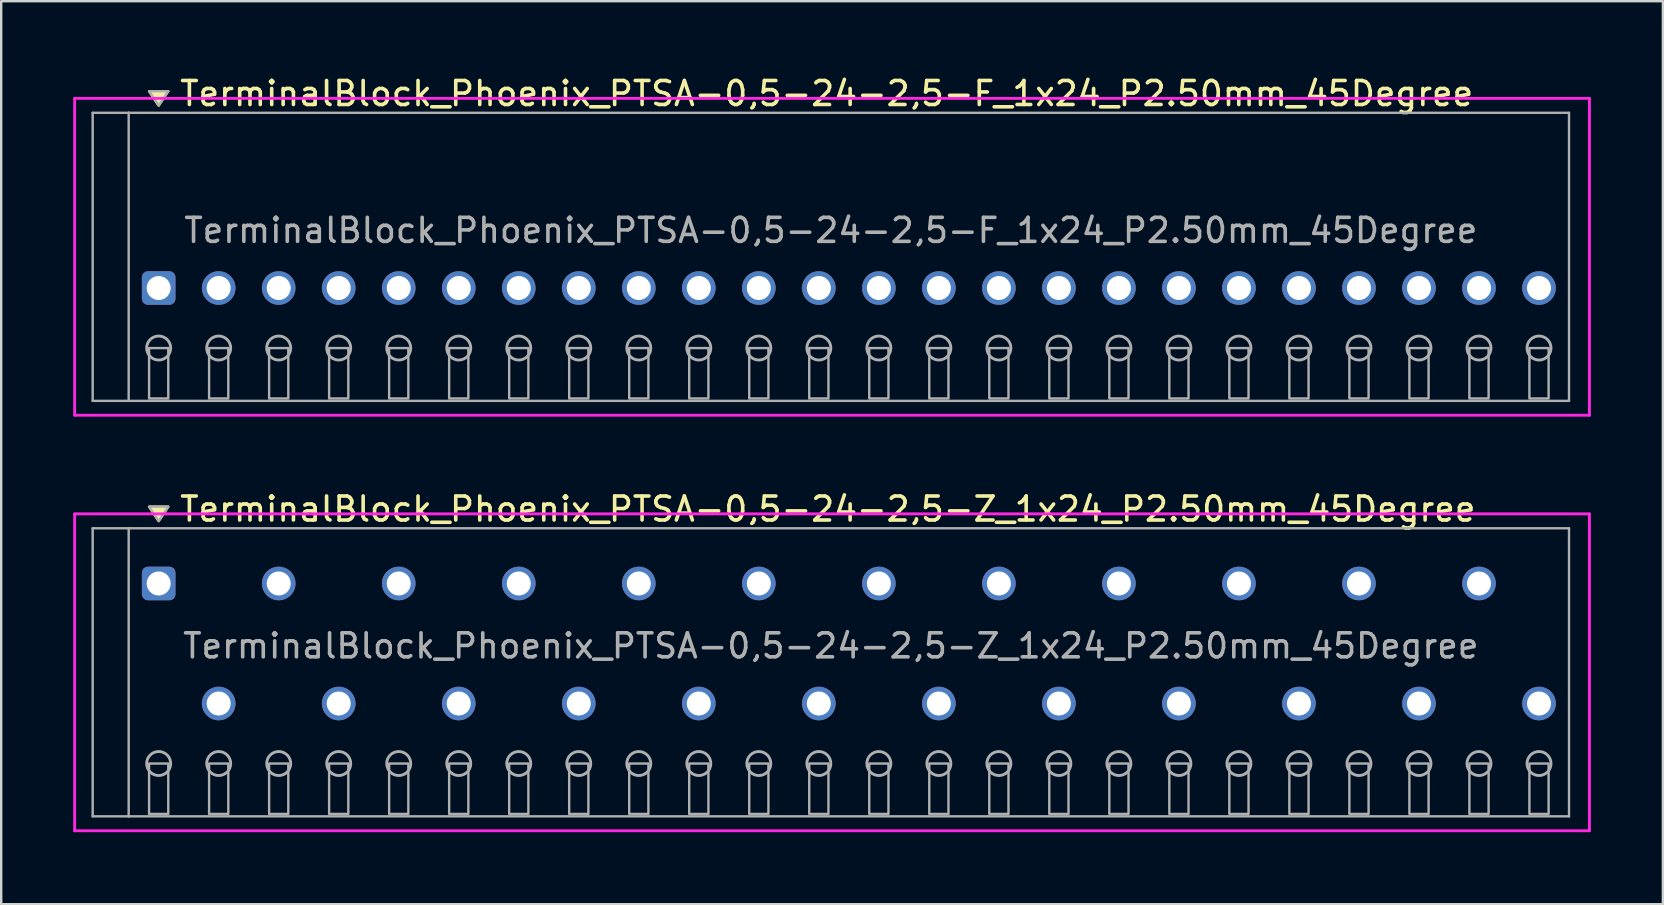
<source format=kicad_pcb>
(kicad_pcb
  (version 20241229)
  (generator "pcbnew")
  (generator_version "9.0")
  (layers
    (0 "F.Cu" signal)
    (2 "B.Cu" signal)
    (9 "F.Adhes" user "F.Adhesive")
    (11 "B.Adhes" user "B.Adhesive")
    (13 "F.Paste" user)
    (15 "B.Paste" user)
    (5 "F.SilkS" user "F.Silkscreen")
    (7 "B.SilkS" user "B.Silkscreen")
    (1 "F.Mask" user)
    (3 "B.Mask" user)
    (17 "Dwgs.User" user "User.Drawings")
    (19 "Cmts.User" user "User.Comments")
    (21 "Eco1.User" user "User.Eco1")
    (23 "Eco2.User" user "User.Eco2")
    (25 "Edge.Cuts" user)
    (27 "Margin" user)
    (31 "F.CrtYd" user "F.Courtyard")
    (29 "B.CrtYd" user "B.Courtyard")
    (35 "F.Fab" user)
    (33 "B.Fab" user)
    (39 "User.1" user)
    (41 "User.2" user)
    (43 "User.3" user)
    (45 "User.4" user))
  (footprint "TerminalBlock_Phoenix_PTSA-0,5-24-2,5-F_1x24_P2.50mm_45Degree"
    (layer "F.Cu")
    (at 3.56 8.948)
    (property "Reference" "TerminalBlock_Phoenix_PTSA-0,5-24-2,5-F_1x24_P2.50mm_45Degree" (at 0.8 -8.1 0) (layer "F.SilkS") (effects (font (size 1 1) (thickness 0.15)) (justify left)))
    (attr through_hole)
    (fp_poly (pts (xy 0 -7.6) (xy -0.4 -8.2) (xy 0.4 -8.2)) (stroke (width 0.1) (type solid)) (fill yes) (layer "F.SilkS"))
    (fp_line (start -3.5 -7.9) (end 59.6 -7.9) (stroke (width 0.12) (type solid)) (layer "F.CrtYd"))
    (fp_line (start -3.5 5.3) (end -3.5 -7.9) (stroke (width 0.12) (type solid)) (layer "F.CrtYd"))
    (fp_line (start 59.6 -7.9) (end 59.6 5.3) (stroke (width 0.12) (type solid)) (layer "F.CrtYd"))
    (fp_line (start 59.6 5.3) (end -3.5 5.3) (stroke (width 0.12) (type solid)) (layer "F.CrtYd"))
    (fp_line (start -2.75 -7.3) (end -1.25 -7.3) (stroke (width 0.1) (type solid)) (layer "F.Fab"))
    (fp_line (start -2.75 4.7) (end -2.75 -7.3) (stroke (width 0.1) (type solid)) (layer "F.Fab"))
    (fp_line (start -1.25 -7.3) (end -1.25 4.7) (stroke (width 0.1) (type solid)) (layer "F.Fab"))
    (fp_line (start -1.25 4.7) (end -2.75 4.7) (stroke (width 0.1) (type solid)) (layer "F.Fab"))
    (fp_line (start -1.25 4.7) (end 58.75 4.7) (stroke (width 0.1) (type solid)) (layer "F.Fab"))
    (fp_line (start 58.75 -7.3) (end -1.25 -7.3) (stroke (width 0.1) (type solid)) (layer "F.Fab"))
    (fp_line (start 58.75 4.7) (end 58.75 -7.3) (stroke (width 0.1) (type solid)) (layer "F.Fab"))
    (fp_circle (center 0 2.5) (end -0.5 2.5) (stroke (width 0.12) (type solid)) (fill no) (layer "F.Fab"))
    (fp_circle (center 2.5 2.5) (end 2 2.5) (stroke (width 0.12) (type solid)) (fill no) (layer "F.Fab"))
    (fp_circle (center 5 2.5) (end 4.5 2.5) (stroke (width 0.12) (type solid)) (fill no) (layer "F.Fab"))
    (fp_circle (center 7.5 2.5) (end 7 2.5) (stroke (width 0.12) (type solid)) (fill no) (layer "F.Fab"))
    (fp_circle (center 10 2.5) (end 9.5 2.5) (stroke (width 0.12) (type solid)) (fill no) (layer "F.Fab"))
    (fp_circle (center 12.5 2.5) (end 12 2.5) (stroke (width 0.12) (type solid)) (fill no) (layer "F.Fab"))
    (fp_circle (center 15 2.5) (end 14.5 2.5) (stroke (width 0.12) (type solid)) (fill no) (layer "F.Fab"))
    (fp_circle (center 17.5 2.5) (end 17 2.5) (stroke (width 0.12) (type solid)) (fill no) (layer "F.Fab"))
    (fp_circle (center 20 2.5) (end 19.5 2.5) (stroke (width 0.12) (type solid)) (fill no) (layer "F.Fab"))
    (fp_circle (center 22.5 2.5) (end 22 2.5) (stroke (width 0.12) (type solid)) (fill no) (layer "F.Fab"))
    (fp_circle (center 25 2.5) (end 24.5 2.5) (stroke (width 0.12) (type solid)) (fill no) (layer "F.Fab"))
    (fp_circle (center 27.5 2.5) (end 27 2.5) (stroke (width 0.12) (type solid)) (fill no) (layer "F.Fab"))
    (fp_circle (center 30 2.5) (end 29.5 2.5) (stroke (width 0.12) (type solid)) (fill no) (layer "F.Fab"))
    (fp_circle (center 32.5 2.5) (end 32 2.5) (stroke (width 0.12) (type solid)) (fill no) (layer "F.Fab"))
    (fp_circle (center 35 2.5) (end 34.5 2.5) (stroke (width 0.12) (type solid)) (fill no) (layer "F.Fab"))
    (fp_circle (center 37.5 2.5) (end 37 2.5) (stroke (width 0.12) (type solid)) (fill no) (layer "F.Fab"))
    (fp_circle (center 40 2.5) (end 39.5 2.5) (stroke (width 0.12) (type solid)) (fill no) (layer "F.Fab"))
    (fp_circle (center 42.5 2.5) (end 42 2.5) (stroke (width 0.12) (type solid)) (fill no) (layer "F.Fab"))
    (fp_circle (center 45 2.5) (end 44.5 2.5) (stroke (width 0.12) (type solid)) (fill no) (layer "F.Fab"))
    (fp_circle (center 47.5 2.5) (end 47 2.5) (stroke (width 0.12) (type solid)) (fill no) (layer "F.Fab"))
    (fp_circle (center 50 2.5) (end 49.5 2.5) (stroke (width 0.12) (type solid)) (fill no) (layer "F.Fab"))
    (fp_circle (center 52.5 2.5) (end 52 2.5) (stroke (width 0.12) (type solid)) (fill no) (layer "F.Fab"))
    (fp_circle (center 55 2.5) (end 54.5 2.5) (stroke (width 0.12) (type solid)) (fill no) (layer "F.Fab"))
    (fp_circle (center 57.5 2.5) (end 57 2.5) (stroke (width 0.12) (type solid)) (fill no) (layer "F.Fab"))
    (fp_poly (pts (xy 0 -7.6) (xy -0.4 -8.2) (xy 0.4 -8.2)) (stroke (width 0.1) (type solid)) (fill no) (layer "F.Fab"))
    (fp_poly (pts (xy -0.4 2.5) (xy -0.4 4.6) (xy 0.4 4.6) (xy 0.4 2.5)) (stroke (width 0.1) (type solid)) (fill no) (layer "F.Fab"))
    (fp_poly (pts (xy 2.1 2.5) (xy 2.1 4.6) (xy 2.9 4.6) (xy 2.9 2.5)) (stroke (width 0.1) (type solid)) (fill no) (layer "F.Fab"))
    (fp_poly (pts (xy 4.6 2.5) (xy 4.6 4.6) (xy 5.4 4.6) (xy 5.4 2.5)) (stroke (width 0.1) (type solid)) (fill no) (layer "F.Fab"))
    (fp_poly (pts (xy 7.1 2.5) (xy 7.1 4.6) (xy 7.9 4.6) (xy 7.9 2.5)) (stroke (width 0.1) (type solid)) (fill no) (layer "F.Fab"))
    (fp_poly (pts (xy 9.6 2.5) (xy 9.6 4.6) (xy 10.4 4.6) (xy 10.4 2.5)) (stroke (width 0.1) (type solid)) (fill no) (layer "F.Fab"))
    (fp_poly (pts (xy 12.1 2.5) (xy 12.1 4.6) (xy 12.9 4.6) (xy 12.9 2.5)) (stroke (width 0.1) (type solid)) (fill no) (layer "F.Fab"))
    (fp_poly (pts (xy 14.6 2.5) (xy 14.6 4.6) (xy 15.4 4.6) (xy 15.4 2.5)) (stroke (width 0.1) (type solid)) (fill no) (layer "F.Fab"))
    (fp_poly (pts (xy 17.1 2.5) (xy 17.1 4.6) (xy 17.9 4.6) (xy 17.9 2.5)) (stroke (width 0.1) (type solid)) (fill no) (layer "F.Fab"))
    (fp_poly (pts (xy 19.6 2.5) (xy 19.6 4.6) (xy 20.4 4.6) (xy 20.4 2.5)) (stroke (width 0.1) (type solid)) (fill no) (layer "F.Fab"))
    (fp_poly (pts (xy 22.1 2.5) (xy 22.1 4.6) (xy 22.9 4.6) (xy 22.9 2.5)) (stroke (width 0.1) (type solid)) (fill no) (layer "F.Fab"))
    (fp_poly (pts (xy 24.6 2.5) (xy 24.6 4.6) (xy 25.4 4.6) (xy 25.4 2.5)) (stroke (width 0.1) (type solid)) (fill no) (layer "F.Fab"))
    (fp_poly (pts (xy 27.1 2.5) (xy 27.1 4.6) (xy 27.9 4.6) (xy 27.9 2.5)) (stroke (width 0.1) (type solid)) (fill no) (layer "F.Fab"))
    (fp_poly (pts (xy 29.6 2.5) (xy 29.6 4.6) (xy 30.4 4.6) (xy 30.4 2.5)) (stroke (width 0.1) (type solid)) (fill no) (layer "F.Fab"))
    (fp_poly (pts (xy 32.1 2.5) (xy 32.1 4.6) (xy 32.9 4.6) (xy 32.9 2.5)) (stroke (width 0.1) (type solid)) (fill no) (layer "F.Fab"))
    (fp_poly (pts (xy 34.6 2.5) (xy 34.6 4.6) (xy 35.4 4.6) (xy 35.4 2.5)) (stroke (width 0.1) (type solid)) (fill no) (layer "F.Fab"))
    (fp_poly (pts (xy 37.1 2.5) (xy 37.1 4.6) (xy 37.9 4.6) (xy 37.9 2.5)) (stroke (width 0.1) (type solid)) (fill no) (layer "F.Fab"))
    (fp_poly (pts (xy 39.6 2.5) (xy 39.6 4.6) (xy 40.4 4.6) (xy 40.4 2.5)) (stroke (width 0.1) (type solid)) (fill no) (layer "F.Fab"))
    (fp_poly (pts (xy 42.1 2.5) (xy 42.1 4.6) (xy 42.9 4.6) (xy 42.9 2.5)) (stroke (width 0.1) (type solid)) (fill no) (layer "F.Fab"))
    (fp_poly (pts (xy 44.6 2.5) (xy 44.6 4.6) (xy 45.4 4.6) (xy 45.4 2.5)) (stroke (width 0.1) (type solid)) (fill no) (layer "F.Fab"))
    (fp_poly (pts (xy 47.1 2.5) (xy 47.1 4.6) (xy 47.9 4.6) (xy 47.9 2.5)) (stroke (width 0.1) (type solid)) (fill no) (layer "F.Fab"))
    (fp_poly (pts (xy 49.6 2.5) (xy 49.6 4.6) (xy 50.4 4.6) (xy 50.4 2.5)) (stroke (width 0.1) (type solid)) (fill no) (layer "F.Fab"))
    (fp_poly (pts (xy 52.1 2.5) (xy 52.1 4.6) (xy 52.9 4.6) (xy 52.9 2.5)) (stroke (width 0.1) (type solid)) (fill no) (layer "F.Fab"))
    (fp_poly (pts (xy 54.6 2.5) (xy 54.6 4.6) (xy 55.4 4.6) (xy 55.4 2.5)) (stroke (width 0.1) (type solid)) (fill no) (layer "F.Fab"))
    (fp_poly (pts (xy 57.1 2.5) (xy 57.1 4.6) (xy 57.9 4.6) (xy 57.9 2.5)) (stroke (width 0.1) (type solid)) (fill no) (layer "F.Fab"))
    (fp_text user "${REFERENCE}" (at 28 -2.4 0) (layer "F.Fab") (effects (font (size 1 1) (thickness 0.15))))
    (pad "1" thru_hole roundrect (at 0 0) (size 1.4 1.4) (drill 1) (layers "*.Cu" "*.Mask") (roundrect_rratio 0.179))
    (pad "2" thru_hole oval (at 2.5 0) (size 1.4 1.4) (drill 1) (layers "*.Cu" "*.Mask"))
    (pad "3" thru_hole oval (at 5 0) (size 1.4 1.4) (drill 1) (layers "*.Cu" "*.Mask"))
    (pad "4" thru_hole oval (at 7.5 0) (size 1.4 1.4) (drill 1) (layers "*.Cu" "*.Mask"))
    (pad "5" thru_hole oval (at 10 0) (size 1.4 1.4) (drill 1) (layers "*.Cu" "*.Mask"))
    (pad "6" thru_hole oval (at 12.5 0) (size 1.4 1.4) (drill 1) (layers "*.Cu" "*.Mask"))
    (pad "7" thru_hole oval (at 15 0) (size 1.4 1.4) (drill 1) (layers "*.Cu" "*.Mask"))
    (pad "8" thru_hole oval (at 17.5 0) (size 1.4 1.4) (drill 1) (layers "*.Cu" "*.Mask"))
    (pad "9" thru_hole oval (at 20 0) (size 1.4 1.4) (drill 1) (layers "*.Cu" "*.Mask"))
    (pad "10" thru_hole oval (at 22.5 0) (size 1.4 1.4) (drill 1) (layers "*.Cu" "*.Mask"))
    (pad "11" thru_hole oval (at 25 0) (size 1.4 1.4) (drill 1) (layers "*.Cu" "*.Mask"))
    (pad "12" thru_hole oval (at 27.5 0) (size 1.4 1.4) (drill 1) (layers "*.Cu" "*.Mask"))
    (pad "13" thru_hole oval (at 30 0) (size 1.4 1.4) (drill 1) (layers "*.Cu" "*.Mask"))
    (pad "14" thru_hole oval (at 32.5 0) (size 1.4 1.4) (drill 1) (layers "*.Cu" "*.Mask"))
    (pad "15" thru_hole oval (at 35 0) (size 1.4 1.4) (drill 1) (layers "*.Cu" "*.Mask"))
    (pad "16" thru_hole oval (at 37.5 0) (size 1.4 1.4) (drill 1) (layers "*.Cu" "*.Mask"))
    (pad "17" thru_hole oval (at 40 0) (size 1.4 1.4) (drill 1) (layers "*.Cu" "*.Mask"))
    (pad "18" thru_hole oval (at 42.5 0) (size 1.4 1.4) (drill 1) (layers "*.Cu" "*.Mask"))
    (pad "19" thru_hole oval (at 45 0) (size 1.4 1.4) (drill 1) (layers "*.Cu" "*.Mask"))
    (pad "20" thru_hole oval (at 47.5 0) (size 1.4 1.4) (drill 1) (layers "*.Cu" "*.Mask"))
    (pad "21" thru_hole oval (at 50 0) (size 1.4 1.4) (drill 1) (layers "*.Cu" "*.Mask"))
    (pad "22" thru_hole oval (at 52.5 0) (size 1.4 1.4) (drill 1) (layers "*.Cu" "*.Mask"))
    (pad "23" thru_hole oval (at 55 0) (size 1.4 1.4) (drill 1) (layers "*.Cu" "*.Mask"))
    (pad "24" thru_hole oval (at 57.5 0) (size 1.4 1.4) (drill 1) (layers "*.Cu" "*.Mask")))
  (footprint "TerminalBlock_Phoenix_PTSA-0,5-24-2,5-Z_1x24_P2.50mm_45Degree"
    (layer "F.Cu")
    (at 3.56 26.256)
    (property "Reference" "TerminalBlock_Phoenix_PTSA-0,5-24-2,5-Z_1x24_P2.50mm_45Degree" (at 0.8 -8.1 0) (layer "F.SilkS") (effects (font (size 1 1) (thickness 0.15)) (justify left)))
    (attr through_hole)
    (fp_poly (pts (xy 0 -7.6) (xy -0.4 -8.2) (xy 0.4 -8.2)) (stroke (width 0.1) (type solid)) (fill yes) (layer "F.SilkS"))
    (fp_line (start -3.5 -7.9) (end 59.6 -7.9) (stroke (width 0.12) (type solid)) (layer "F.CrtYd"))
    (fp_line (start -3.5 5.3) (end -3.5 -7.9) (stroke (width 0.12) (type solid)) (layer "F.CrtYd"))
    (fp_line (start 59.6 -7.9) (end 59.6 5.3) (stroke (width 0.12) (type solid)) (layer "F.CrtYd"))
    (fp_line (start 59.6 5.3) (end -3.5 5.3) (stroke (width 0.12) (type solid)) (layer "F.CrtYd"))
    (fp_line (start -2.75 -7.3) (end -1.25 -7.3) (stroke (width 0.1) (type solid)) (layer "F.Fab"))
    (fp_line (start -2.75 4.7) (end -2.75 -7.3) (stroke (width 0.1) (type solid)) (layer "F.Fab"))
    (fp_line (start -1.25 -7.3) (end -1.25 4.7) (stroke (width 0.1) (type solid)) (layer "F.Fab"))
    (fp_line (start -1.25 4.7) (end -2.75 4.7) (stroke (width 0.1) (type solid)) (layer "F.Fab"))
    (fp_line (start -1.25 4.7) (end 58.75 4.7) (stroke (width 0.1) (type solid)) (layer "F.Fab"))
    (fp_line (start 58.75 -7.3) (end -1.25 -7.3) (stroke (width 0.1) (type solid)) (layer "F.Fab"))
    (fp_line (start 58.75 4.7) (end 58.75 -7.3) (stroke (width 0.1) (type solid)) (layer "F.Fab"))
    (fp_circle (center 0 2.5) (end -0.5 2.5) (stroke (width 0.12) (type solid)) (fill no) (layer "F.Fab"))
    (fp_circle (center 2.5 2.5) (end 2 2.5) (stroke (width 0.12) (type solid)) (fill no) (layer "F.Fab"))
    (fp_circle (center 5 2.5) (end 4.5 2.5) (stroke (width 0.12) (type solid)) (fill no) (layer "F.Fab"))
    (fp_circle (center 7.5 2.5) (end 7 2.5) (stroke (width 0.12) (type solid)) (fill no) (layer "F.Fab"))
    (fp_circle (center 10 2.5) (end 9.5 2.5) (stroke (width 0.12) (type solid)) (fill no) (layer "F.Fab"))
    (fp_circle (center 12.5 2.5) (end 12 2.5) (stroke (width 0.12) (type solid)) (fill no) (layer "F.Fab"))
    (fp_circle (center 15 2.5) (end 14.5 2.5) (stroke (width 0.12) (type solid)) (fill no) (layer "F.Fab"))
    (fp_circle (center 17.5 2.5) (end 17 2.5) (stroke (width 0.12) (type solid)) (fill no) (layer "F.Fab"))
    (fp_circle (center 20 2.5) (end 19.5 2.5) (stroke (width 0.12) (type solid)) (fill no) (layer "F.Fab"))
    (fp_circle (center 22.5 2.5) (end 22 2.5) (stroke (width 0.12) (type solid)) (fill no) (layer "F.Fab"))
    (fp_circle (center 25 2.5) (end 24.5 2.5) (stroke (width 0.12) (type solid)) (fill no) (layer "F.Fab"))
    (fp_circle (center 27.5 2.5) (end 27 2.5) (stroke (width 0.12) (type solid)) (fill no) (layer "F.Fab"))
    (fp_circle (center 30 2.5) (end 29.5 2.5) (stroke (width 0.12) (type solid)) (fill no) (layer "F.Fab"))
    (fp_circle (center 32.5 2.5) (end 32 2.5) (stroke (width 0.12) (type solid)) (fill no) (layer "F.Fab"))
    (fp_circle (center 35 2.5) (end 34.5 2.5) (stroke (width 0.12) (type solid)) (fill no) (layer "F.Fab"))
    (fp_circle (center 37.5 2.5) (end 37 2.5) (stroke (width 0.12) (type solid)) (fill no) (layer "F.Fab"))
    (fp_circle (center 40 2.5) (end 39.5 2.5) (stroke (width 0.12) (type solid)) (fill no) (layer "F.Fab"))
    (fp_circle (center 42.5 2.5) (end 42 2.5) (stroke (width 0.12) (type solid)) (fill no) (layer "F.Fab"))
    (fp_circle (center 45 2.5) (end 44.5 2.5) (stroke (width 0.12) (type solid)) (fill no) (layer "F.Fab"))
    (fp_circle (center 47.5 2.5) (end 47 2.5) (stroke (width 0.12) (type solid)) (fill no) (layer "F.Fab"))
    (fp_circle (center 50 2.5) (end 49.5 2.5) (stroke (width 0.12) (type solid)) (fill no) (layer "F.Fab"))
    (fp_circle (center 52.5 2.5) (end 52 2.5) (stroke (width 0.12) (type solid)) (fill no) (layer "F.Fab"))
    (fp_circle (center 55 2.5) (end 54.5 2.5) (stroke (width 0.12) (type solid)) (fill no) (layer "F.Fab"))
    (fp_circle (center 57.5 2.5) (end 57 2.5) (stroke (width 0.12) (type solid)) (fill no) (layer "F.Fab"))
    (fp_poly (pts (xy 0 -7.6) (xy -0.4 -8.2) (xy 0.4 -8.2)) (stroke (width 0.1) (type solid)) (fill no) (layer "F.Fab"))
    (fp_poly (pts (xy -0.4 2.5) (xy -0.4 4.6) (xy 0.4 4.6) (xy 0.4 2.5)) (stroke (width 0.1) (type solid)) (fill no) (layer "F.Fab"))
    (fp_poly (pts (xy 2.1 2.5) (xy 2.1 4.6) (xy 2.9 4.6) (xy 2.9 2.5)) (stroke (width 0.1) (type solid)) (fill no) (layer "F.Fab"))
    (fp_poly (pts (xy 4.6 2.5) (xy 4.6 4.6) (xy 5.4 4.6) (xy 5.4 2.5)) (stroke (width 0.1) (type solid)) (fill no) (layer "F.Fab"))
    (fp_poly (pts (xy 7.1 2.5) (xy 7.1 4.6) (xy 7.9 4.6) (xy 7.9 2.5)) (stroke (width 0.1) (type solid)) (fill no) (layer "F.Fab"))
    (fp_poly (pts (xy 9.6 2.5) (xy 9.6 4.6) (xy 10.4 4.6) (xy 10.4 2.5)) (stroke (width 0.1) (type solid)) (fill no) (layer "F.Fab"))
    (fp_poly (pts (xy 12.1 2.5) (xy 12.1 4.6) (xy 12.9 4.6) (xy 12.9 2.5)) (stroke (width 0.1) (type solid)) (fill no) (layer "F.Fab"))
    (fp_poly (pts (xy 14.6 2.5) (xy 14.6 4.6) (xy 15.4 4.6) (xy 15.4 2.5)) (stroke (width 0.1) (type solid)) (fill no) (layer "F.Fab"))
    (fp_poly (pts (xy 17.1 2.5) (xy 17.1 4.6) (xy 17.9 4.6) (xy 17.9 2.5)) (stroke (width 0.1) (type solid)) (fill no) (layer "F.Fab"))
    (fp_poly (pts (xy 19.6 2.5) (xy 19.6 4.6) (xy 20.4 4.6) (xy 20.4 2.5)) (stroke (width 0.1) (type solid)) (fill no) (layer "F.Fab"))
    (fp_poly (pts (xy 22.1 2.5) (xy 22.1 4.6) (xy 22.9 4.6) (xy 22.9 2.5)) (stroke (width 0.1) (type solid)) (fill no) (layer "F.Fab"))
    (fp_poly (pts (xy 24.6 2.5) (xy 24.6 4.6) (xy 25.4 4.6) (xy 25.4 2.5)) (stroke (width 0.1) (type solid)) (fill no) (layer "F.Fab"))
    (fp_poly (pts (xy 27.1 2.5) (xy 27.1 4.6) (xy 27.9 4.6) (xy 27.9 2.5)) (stroke (width 0.1) (type solid)) (fill no) (layer "F.Fab"))
    (fp_poly (pts (xy 29.6 2.5) (xy 29.6 4.6) (xy 30.4 4.6) (xy 30.4 2.5)) (stroke (width 0.1) (type solid)) (fill no) (layer "F.Fab"))
    (fp_poly (pts (xy 32.1 2.5) (xy 32.1 4.6) (xy 32.9 4.6) (xy 32.9 2.5)) (stroke (width 0.1) (type solid)) (fill no) (layer "F.Fab"))
    (fp_poly (pts (xy 34.6 2.5) (xy 34.6 4.6) (xy 35.4 4.6) (xy 35.4 2.5)) (stroke (width 0.1) (type solid)) (fill no) (layer "F.Fab"))
    (fp_poly (pts (xy 37.1 2.5) (xy 37.1 4.6) (xy 37.9 4.6) (xy 37.9 2.5)) (stroke (width 0.1) (type solid)) (fill no) (layer "F.Fab"))
    (fp_poly (pts (xy 39.6 2.5) (xy 39.6 4.6) (xy 40.4 4.6) (xy 40.4 2.5)) (stroke (width 0.1) (type solid)) (fill no) (layer "F.Fab"))
    (fp_poly (pts (xy 42.1 2.5) (xy 42.1 4.6) (xy 42.9 4.6) (xy 42.9 2.5)) (stroke (width 0.1) (type solid)) (fill no) (layer "F.Fab"))
    (fp_poly (pts (xy 44.6 2.5) (xy 44.6 4.6) (xy 45.4 4.6) (xy 45.4 2.5)) (stroke (width 0.1) (type solid)) (fill no) (layer "F.Fab"))
    (fp_poly (pts (xy 47.1 2.5) (xy 47.1 4.6) (xy 47.9 4.6) (xy 47.9 2.5)) (stroke (width 0.1) (type solid)) (fill no) (layer "F.Fab"))
    (fp_poly (pts (xy 49.6 2.5) (xy 49.6 4.6) (xy 50.4 4.6) (xy 50.4 2.5)) (stroke (width 0.1) (type solid)) (fill no) (layer "F.Fab"))
    (fp_poly (pts (xy 52.1 2.5) (xy 52.1 4.6) (xy 52.9 4.6) (xy 52.9 2.5)) (stroke (width 0.1) (type solid)) (fill no) (layer "F.Fab"))
    (fp_poly (pts (xy 54.6 2.5) (xy 54.6 4.6) (xy 55.4 4.6) (xy 55.4 2.5)) (stroke (width 0.1) (type solid)) (fill no) (layer "F.Fab"))
    (fp_poly (pts (xy 57.1 2.5) (xy 57.1 4.6) (xy 57.9 4.6) (xy 57.9 2.5)) (stroke (width 0.1) (type solid)) (fill no) (layer "F.Fab"))
    (fp_text user "${REFERENCE}" (at 28 -2.4 0) (layer "F.Fab") (effects (font (size 1 1) (thickness 0.15))))
    (pad "1" thru_hole roundrect (at 0 -5) (size 1.4 1.4) (drill 1) (layers "*.Cu" "*.Mask") (roundrect_rratio 0.179))
    (pad "2" thru_hole oval (at 2.5 0) (size 1.4 1.4) (drill 1) (layers "*.Cu" "*.Mask"))
    (pad "3" thru_hole oval (at 5 -5) (size 1.4 1.4) (drill 1) (layers "*.Cu" "*.Mask"))
    (pad "4" thru_hole oval (at 7.5 0) (size 1.4 1.4) (drill 1) (layers "*.Cu" "*.Mask"))
    (pad "5" thru_hole oval (at 10 -5) (size 1.4 1.4) (drill 1) (layers "*.Cu" "*.Mask"))
    (pad "6" thru_hole oval (at 12.5 0) (size 1.4 1.4) (drill 1) (layers "*.Cu" "*.Mask"))
    (pad "7" thru_hole oval (at 15 -5) (size 1.4 1.4) (drill 1) (layers "*.Cu" "*.Mask"))
    (pad "8" thru_hole oval (at 17.5 0) (size 1.4 1.4) (drill 1) (layers "*.Cu" "*.Mask"))
    (pad "9" thru_hole oval (at 20 -5) (size 1.4 1.4) (drill 1) (layers "*.Cu" "*.Mask"))
    (pad "10" thru_hole oval (at 22.5 0) (size 1.4 1.4) (drill 1) (layers "*.Cu" "*.Mask"))
    (pad "11" thru_hole oval (at 25 -5) (size 1.4 1.4) (drill 1) (layers "*.Cu" "*.Mask"))
    (pad "12" thru_hole oval (at 27.5 0) (size 1.4 1.4) (drill 1) (layers "*.Cu" "*.Mask"))
    (pad "13" thru_hole oval (at 30 -5) (size 1.4 1.4) (drill 1) (layers "*.Cu" "*.Mask"))
    (pad "14" thru_hole oval (at 32.5 0) (size 1.4 1.4) (drill 1) (layers "*.Cu" "*.Mask"))
    (pad "15" thru_hole oval (at 35 -5) (size 1.4 1.4) (drill 1) (layers "*.Cu" "*.Mask"))
    (pad "16" thru_hole oval (at 37.5 0) (size 1.4 1.4) (drill 1) (layers "*.Cu" "*.Mask"))
    (pad "17" thru_hole oval (at 40 -5) (size 1.4 1.4) (drill 1) (layers "*.Cu" "*.Mask"))
    (pad "18" thru_hole oval (at 42.5 0) (size 1.4 1.4) (drill 1) (layers "*.Cu" "*.Mask"))
    (pad "19" thru_hole oval (at 45 -5) (size 1.4 1.4) (drill 1) (layers "*.Cu" "*.Mask"))
    (pad "20" thru_hole oval (at 47.5 0) (size 1.4 1.4) (drill 1) (layers "*.Cu" "*.Mask"))
    (pad "21" thru_hole oval (at 50 -5) (size 1.4 1.4) (drill 1) (layers "*.Cu" "*.Mask"))
    (pad "22" thru_hole oval (at 52.5 0) (size 1.4 1.4) (drill 1) (layers "*.Cu" "*.Mask"))
    (pad "23" thru_hole oval (at 55 -5) (size 1.4 1.4) (drill 1) (layers "*.Cu" "*.Mask"))
    (pad "24" thru_hole oval (at 57.5 0) (size 1.4 1.4) (drill 1) (layers "*.Cu" "*.Mask")))
  (gr_rect
    (start -3 -3)
    (end 66.22 34.617)
    (stroke (width 0.1) (type default))
    (fill no)
    (layer "Edge.Cuts")))
</source>
